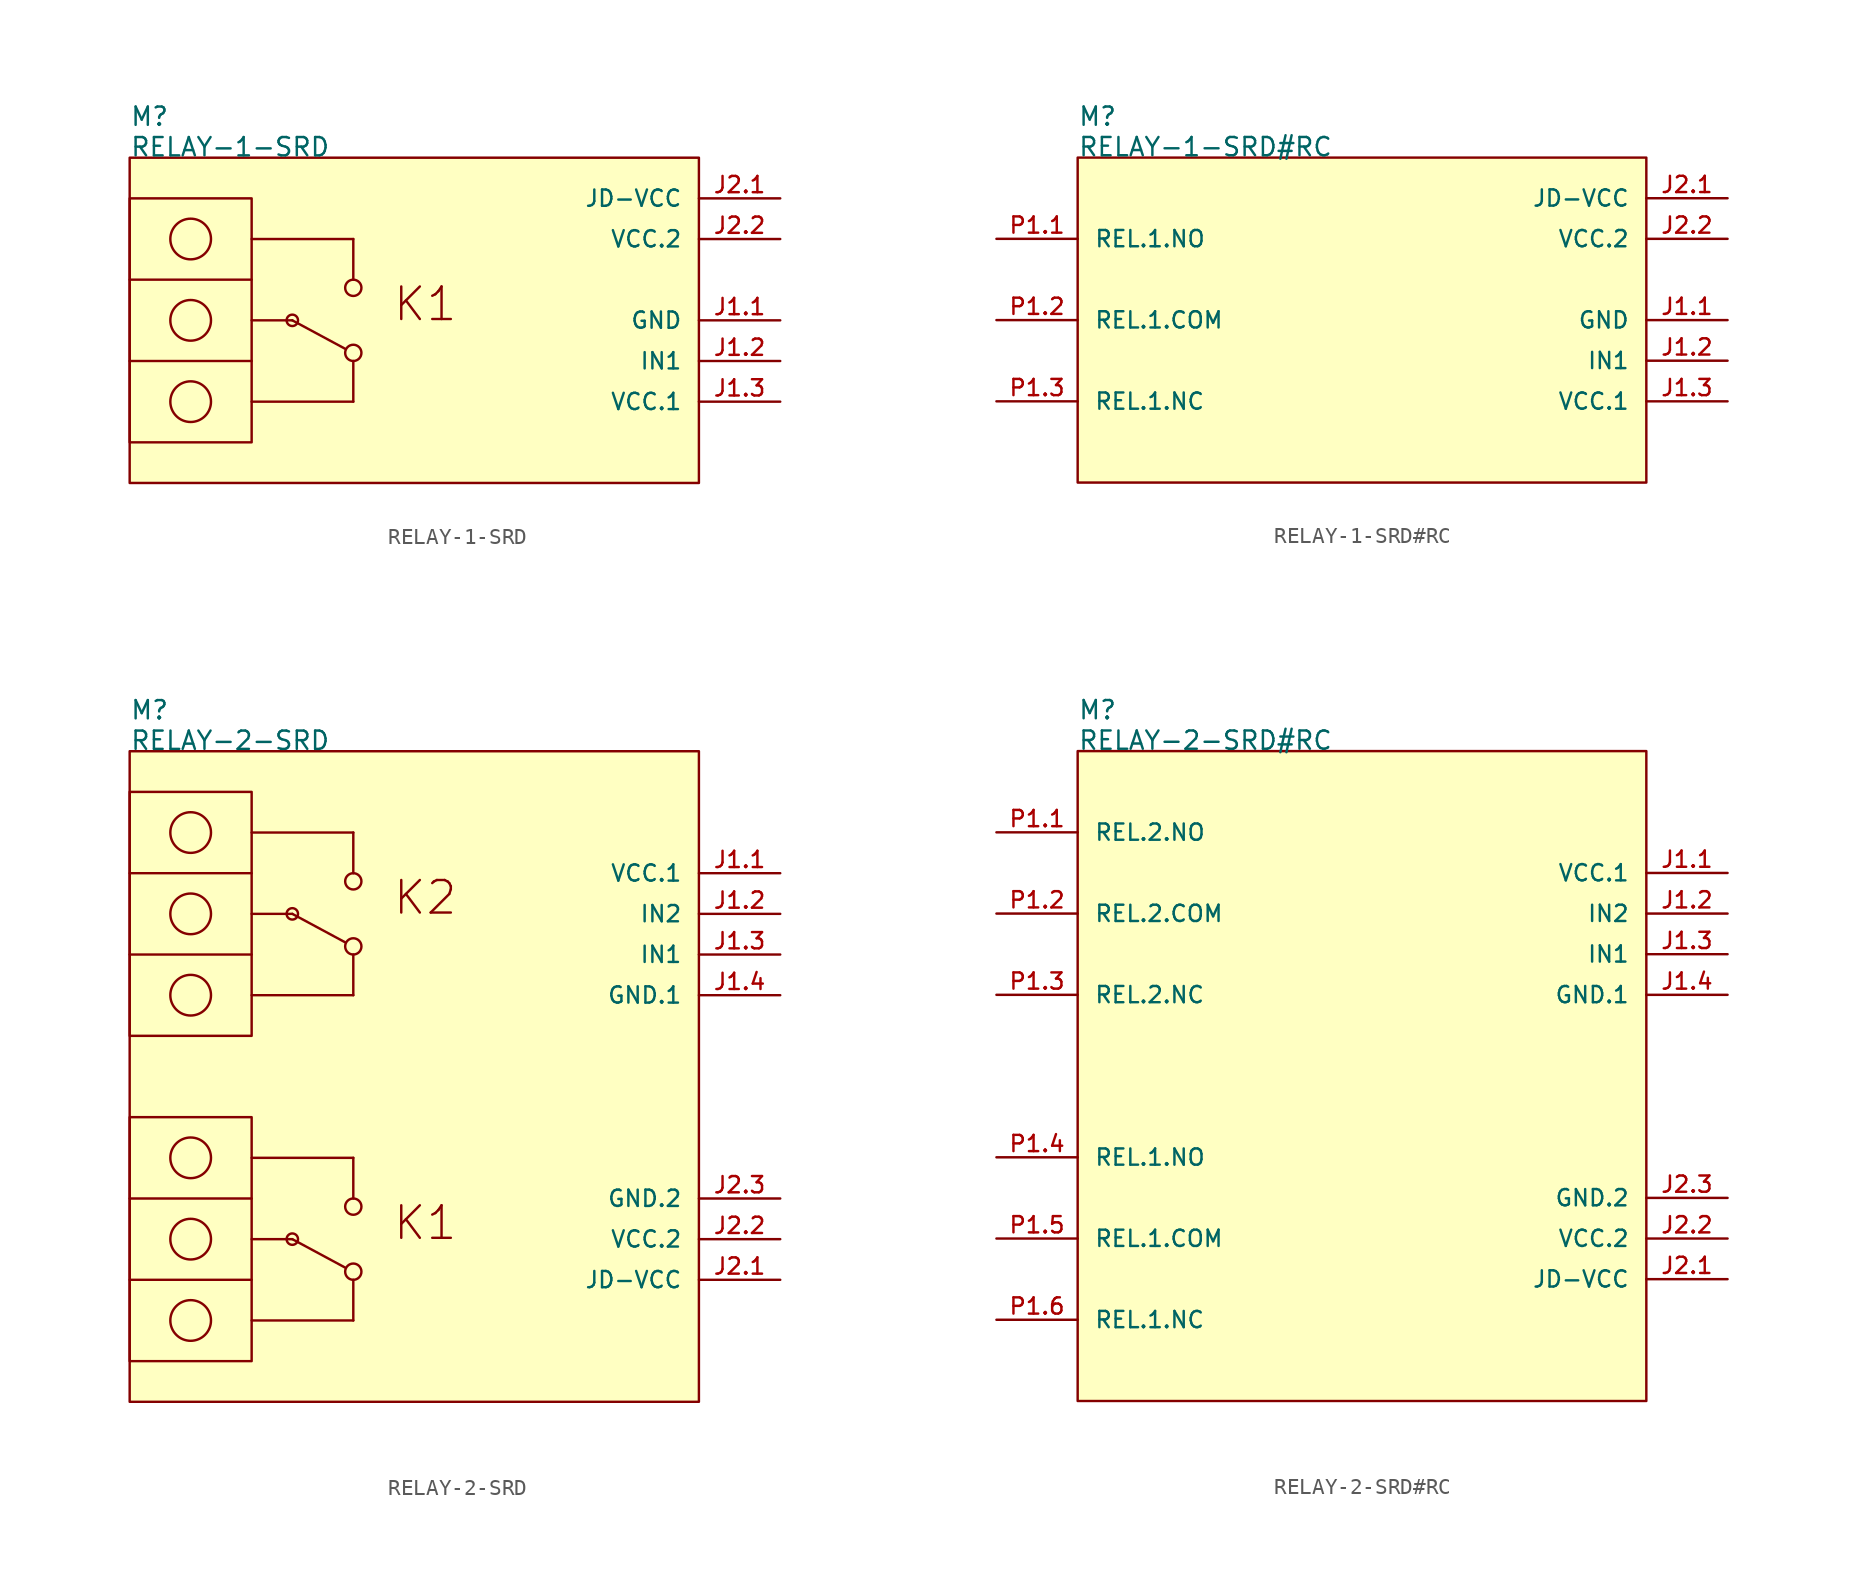
<source format=kicad_sym>
(kicad_symbol_lib
  (version 20231120)
  (generator "kicad_symbol_editor")
  (generator_version "8.0")
  (symbol "RELAY-1-SRD"
    (pin_names
      (offset 1.016))
    (property "Reference" "M"
      (at -17.78 12.065 0)
      (effects (font (size 1.143 1.143)) (justify left bottom)))
    (property "Value" "RELAY-1-SRD"
      (at -17.78 10.16 0)
      (effects (font (size 1.143 1.143)) (justify left bottom)))
    (property "ki_locked" ""
      (at 0 0 0)
      (effects (font (size 1.27 1.27))))
    (symbol "RELAY-1-SRD_1_0"
      (polyline (pts (xy -17.78 -2.54) (xy -10.16 -2.54)) (stroke (width 0) (type default)) (fill (type none)))
      (polyline (pts (xy -17.78 2.54) (xy -10.16 2.54)) (stroke (width 0) (type default)) (fill (type none)))
      (polyline (pts (xy -10.16 -5.08) (xy -3.81 -5.08)) (stroke (width 0) (type default)) (fill (type none)))
      (polyline (pts (xy -10.16 0) (xy -7.62 0)) (stroke (width 0) (type default)) (fill (type none)))
      (polyline (pts (xy -10.16 5.08) (xy -3.81 5.08)) (stroke (width 0) (type default)) (fill (type none)))
      (polyline (pts (xy -7.62 0) (xy -4.318 -1.778)) (stroke (width 0) (type default)) (fill (type none)))
      (polyline (pts (xy -3.81 -5.08) (xy -3.81 -2.54)) (stroke (width 0) (type default)) (fill (type none)))
      (polyline (pts (xy -3.81 5.08) (xy -3.81 2.54)) (stroke (width 0) (type default)) (fill (type none)))
      (text "K1" (at 0.686 1.016 0) (effects (font (size 2.032 2.032)))))
    (symbol "RELAY-1-SRD_1_1"
      (rectangle (start -17.78 7.62) (end -10.16 -7.62) (stroke (width 0) (type default)) (fill (type none)))
      (rectangle (start -17.78 10.16) (end 17.78 -10.16) (stroke (width 0) (type default)) (fill (type background)))
      (circle (center -13.97 -5.08) (radius 1.27) (stroke (width 0) (type default)) (fill (type none)))
      (circle (center -13.97 0) (radius 1.27) (stroke (width 0) (type default)) (fill (type none)))
      (circle (center -13.97 5.08) (radius 1.27) (stroke (width 0) (type default)) (fill (type none)))
      (circle (center -7.62 0) (radius 0.356) (stroke (width 0) (type default)) (fill (type none)))
      (circle (center -3.81 -2.032) (radius 0.508) (stroke (width 0) (type default)) (fill (type none)))
      (circle (center -3.81 2.032) (radius 0.508) (stroke (width 0) (type default)) (fill (type none)))
      (pin power_in line (at 22.86 0 180) (length 5.08) (name "GND" (effects (font (size 1.016 1.016)))) (number "J1.1" (effects (font (size 1.016 1.016)))))
      (pin bidirectional line (at 22.86 -2.54 180) (length 5.08) (name "IN1" (effects (font (size 1.016 1.016)))) (number "J1.2" (effects (font (size 1.016 1.016)))))
      (pin power_in line (at 22.86 -5.08 180) (length 5.08) (name "VCC.1" (effects (font (size 1.016 1.016)))) (number "J1.3" (effects (font (size 1.016 1.016)))))
      (pin bidirectional line (at 22.86 7.62 180) (length 5.08) (name "JD-VCC" (effects (font (size 1.016 1.016)))) (number "J2.1" (effects (font (size 1.016 1.016)))))
      (pin power_in line (at 22.86 5.08 180) (length 5.08) (name "VCC.2" (effects (font (size 1.016 1.016)))) (number "J2.2" (effects (font (size 1.016 1.016)))))))
  (symbol "RELAY-1-SRD#RC"
    (pin_names
      (offset 1.016))
    (property "Reference" "M"
      (at -17.78 12.065 0)
      (effects (font (size 1.143 1.143)) (justify left bottom)))
    (property "Value" "RELAY-1-SRD#RC"
      (at -17.78 10.16 0)
      (effects (font (size 1.143 1.143)) (justify left bottom)))
    (property "ki_locked" ""
      (at 0 0 0)
      (effects (font (size 1.27 1.27))))
    (symbol "RELAY-1-SRD#RC_1_1"
      (rectangle (start -17.78 -10.16) (end 17.78 10.16) (stroke (width 0) (type default)) (fill (type background)))
      (pin power_in line (at 22.86 0 180) (length 5.08) (name "GND" (effects (font (size 1.016 1.016)))) (number "J1.1" (effects (font (size 1.016 1.016)))))
      (pin bidirectional line (at 22.86 -2.54 180) (length 5.08) (name "IN1" (effects (font (size 1.016 1.016)))) (number "J1.2" (effects (font (size 1.016 1.016)))))
      (pin power_in line (at 22.86 -5.08 180) (length 5.08) (name "VCC.1" (effects (font (size 1.016 1.016)))) (number "J1.3" (effects (font (size 1.016 1.016)))))
      (pin bidirectional line (at 22.86 7.62 180) (length 5.08) (name "JD-VCC" (effects (font (size 1.016 1.016)))) (number "J2.1" (effects (font (size 1.016 1.016)))))
      (pin power_in line (at 22.86 5.08 180) (length 5.08) (name "VCC.2" (effects (font (size 1.016 1.016)))) (number "J2.2" (effects (font (size 1.016 1.016)))))
      (pin bidirectional line (at -22.86 5.08 0) (length 5.08) (name "REL.1.NO" (effects (font (size 1.016 1.016)))) (number "P1.1" (effects (font (size 1.016 1.016)))))
      (pin bidirectional line (at -22.86 0 0) (length 5.08) (name "REL.1.COM" (effects (font (size 1.016 1.016)))) (number "P1.2" (effects (font (size 1.016 1.016)))))
      (pin bidirectional line (at -22.86 -5.08 0) (length 5.08) (name "REL.1.NC" (effects (font (size 1.016 1.016)))) (number "P1.3" (effects (font (size 1.016 1.016)))))))
  (symbol "RELAY-2-SRD"
    (pin_names
      (offset 1.016))
    (property "Reference" "M"
      (at -17.78 22.225 0)
      (effects (font (size 1.143 1.143)) (justify left bottom)))
    (property "Value" "RELAY-2-SRD"
      (at -17.78 20.32 0)
      (effects (font (size 1.143 1.143)) (justify left bottom)))
    (property "ki_locked" ""
      (at 0 0 0)
      (effects (font (size 1.27 1.27))))
    (symbol "RELAY-2-SRD_1_0"
      (polyline (pts (xy -17.78 7.62) (xy -10.16 7.62)) (stroke (width 0) (type default)) (fill (type none)))
      (polyline (pts (xy -17.78 12.7) (xy -10.16 12.7)) (stroke (width 0) (type default)) (fill (type none)))
      (polyline (pts (xy -10.16 -15.24) (xy -3.81 -15.24)) (stroke (width 0) (type default)) (fill (type none)))
      (polyline (pts (xy -10.16 -12.7) (xy -17.78 -12.7)) (stroke (width 0) (type default)) (fill (type none)))
      (polyline (pts (xy -10.16 -10.16) (xy -7.62 -10.16)) (stroke (width 0) (type default)) (fill (type none)))
      (polyline (pts (xy -10.16 -7.62) (xy -17.78 -7.62)) (stroke (width 0) (type default)) (fill (type none)))
      (polyline (pts (xy -10.16 -5.08) (xy -3.81 -5.08)) (stroke (width 0) (type default)) (fill (type none)))
      (polyline (pts (xy -10.16 5.08) (xy -3.81 5.08)) (stroke (width 0) (type default)) (fill (type none)))
      (polyline (pts (xy -10.16 10.16) (xy -7.62 10.16)) (stroke (width 0) (type default)) (fill (type none)))
      (polyline (pts (xy -10.16 15.24) (xy -3.81 15.24)) (stroke (width 0) (type default)) (fill (type none)))
      (polyline (pts (xy -7.62 -10.16) (xy -4.318 -11.938)) (stroke (width 0) (type default)) (fill (type none)))
      (polyline (pts (xy -7.62 10.16) (xy -4.318 8.382)) (stroke (width 0) (type default)) (fill (type none)))
      (polyline (pts (xy -3.81 -15.24) (xy -3.81 -12.7)) (stroke (width 0) (type default)) (fill (type none)))
      (polyline (pts (xy -3.81 -5.08) (xy -3.81 -7.62)) (stroke (width 0) (type default)) (fill (type none)))
      (polyline (pts (xy -3.81 5.08) (xy -3.81 7.62)) (stroke (width 0) (type default)) (fill (type none)))
      (polyline (pts (xy -3.81 15.24) (xy -3.81 12.7)) (stroke (width 0) (type default)) (fill (type none)))
      (text "K1" (at 0.686 -9.144 0) (effects (font (size 2.032 2.032))))
      (text "K2" (at 0.686 11.176 0) (effects (font (size 2.032 2.032)))))
    (symbol "RELAY-2-SRD_1_1"
      (rectangle (start -17.78 -2.54) (end -10.16 -17.78) (stroke (width 0) (type default)) (fill (type none)))
      (rectangle (start -17.78 17.78) (end -10.16 2.54) (stroke (width 0) (type default)) (fill (type none)))
      (rectangle (start -17.78 20.32) (end 17.78 -20.32) (stroke (width 0) (type default)) (fill (type background)))
      (circle (center -13.97 -15.24) (radius 1.27) (stroke (width 0) (type default)) (fill (type none)))
      (circle (center -13.97 -10.16) (radius 1.27) (stroke (width 0) (type default)) (fill (type none)))
      (circle (center -13.97 -5.08) (radius 1.27) (stroke (width 0) (type default)) (fill (type none)))
      (circle (center -13.97 5.08) (radius 1.27) (stroke (width 0) (type default)) (fill (type none)))
      (circle (center -13.97 10.16) (radius 1.27) (stroke (width 0) (type default)) (fill (type none)))
      (circle (center -13.97 15.24) (radius 1.27) (stroke (width 0) (type default)) (fill (type none)))
      (circle (center -7.62 -10.16) (radius 0.356) (stroke (width 0) (type default)) (fill (type none)))
      (circle (center -7.62 10.16) (radius 0.356) (stroke (width 0) (type default)) (fill (type none)))
      (circle (center -3.81 -12.192) (radius 0.508) (stroke (width 0) (type default)) (fill (type none)))
      (circle (center -3.81 -8.128) (radius 0.508) (stroke (width 0) (type default)) (fill (type none)))
      (circle (center -3.81 8.128) (radius 0.508) (stroke (width 0) (type default)) (fill (type none)))
      (circle (center -3.81 12.192) (radius 0.508) (stroke (width 0) (type default)) (fill (type none)))
      (pin power_in line (at 22.86 12.7 180) (length 5.08) (name "VCC.1" (effects (font (size 1.016 1.016)))) (number "J1.1" (effects (font (size 1.016 1.016)))))
      (pin bidirectional line (at 22.86 10.16 180) (length 5.08) (name "IN2" (effects (font (size 1.016 1.016)))) (number "J1.2" (effects (font (size 1.016 1.016)))))
      (pin bidirectional line (at 22.86 7.62 180) (length 5.08) (name "IN1" (effects (font (size 1.016 1.016)))) (number "J1.3" (effects (font (size 1.016 1.016)))))
      (pin power_in line (at 22.86 5.08 180) (length 5.08) (name "GND.1" (effects (font (size 1.016 1.016)))) (number "J1.4" (effects (font (size 1.016 1.016)))))
      (pin bidirectional line (at 22.86 -12.7 180) (length 5.08) (name "JD-VCC" (effects (font (size 1.016 1.016)))) (number "J2.1" (effects (font (size 1.016 1.016)))))
      (pin power_in line (at 22.86 -10.16 180) (length 5.08) (name "VCC.2" (effects (font (size 1.016 1.016)))) (number "J2.2" (effects (font (size 1.016 1.016)))))
      (pin power_in line (at 22.86 -7.62 180) (length 5.08) (name "GND.2" (effects (font (size 1.016 1.016)))) (number "J2.3" (effects (font (size 1.016 1.016)))))))
  (symbol "RELAY-2-SRD#RC"
    (pin_names
      (offset 1.016))
    (property "Reference" "M"
      (at -17.78 22.225 0)
      (effects (font (size 1.143 1.143)) (justify left bottom)))
    (property "Value" "RELAY-2-SRD#RC"
      (at -17.78 20.32 0)
      (effects (font (size 1.143 1.143)) (justify left bottom)))
    (property "ki_locked" ""
      (at 0 0 0)
      (effects (font (size 1.27 1.27))))
    (symbol "RELAY-2-SRD#RC_1_1"
      (rectangle (start -17.78 -20.32) (end 17.78 20.32) (stroke (width 0) (type default)) (fill (type background)))
      (pin power_in line (at 22.86 12.7 180) (length 5.08) (name "VCC.1" (effects (font (size 1.016 1.016)))) (number "J1.1" (effects (font (size 1.016 1.016)))))
      (pin bidirectional line (at 22.86 10.16 180) (length 5.08) (name "IN2" (effects (font (size 1.016 1.016)))) (number "J1.2" (effects (font (size 1.016 1.016)))))
      (pin bidirectional line (at 22.86 7.62 180) (length 5.08) (name "IN1" (effects (font (size 1.016 1.016)))) (number "J1.3" (effects (font (size 1.016 1.016)))))
      (pin power_in line (at 22.86 5.08 180) (length 5.08) (name "GND.1" (effects (font (size 1.016 1.016)))) (number "J1.4" (effects (font (size 1.016 1.016)))))
      (pin bidirectional line (at 22.86 -12.7 180) (length 5.08) (name "JD-VCC" (effects (font (size 1.016 1.016)))) (number "J2.1" (effects (font (size 1.016 1.016)))))
      (pin power_in line (at 22.86 -10.16 180) (length 5.08) (name "VCC.2" (effects (font (size 1.016 1.016)))) (number "J2.2" (effects (font (size 1.016 1.016)))))
      (pin power_in line (at 22.86 -7.62 180) (length 5.08) (name "GND.2" (effects (font (size 1.016 1.016)))) (number "J2.3" (effects (font (size 1.016 1.016)))))
      (pin bidirectional line (at -22.86 15.24 0) (length 5.08) (name "REL.2.NO" (effects (font (size 1.016 1.016)))) (number "P1.1" (effects (font (size 1.016 1.016)))))
      (pin bidirectional line (at -22.86 10.16 0) (length 5.08) (name "REL.2.COM" (effects (font (size 1.016 1.016)))) (number "P1.2" (effects (font (size 1.016 1.016)))))
      (pin bidirectional line (at -22.86 5.08 0) (length 5.08) (name "REL.2.NC" (effects (font (size 1.016 1.016)))) (number "P1.3" (effects (font (size 1.016 1.016)))))
      (pin bidirectional line (at -22.86 -5.08 0) (length 5.08) (name "REL.1.NO" (effects (font (size 1.016 1.016)))) (number "P1.4" (effects (font (size 1.016 1.016)))))
      (pin bidirectional line (at -22.86 -10.16 0) (length 5.08) (name "REL.1.COM" (effects (font (size 1.016 1.016)))) (number "P1.5" (effects (font (size 1.016 1.016)))))
      (pin bidirectional line (at -22.86 -15.24 0) (length 5.08) (name "REL.1.NC" (effects (font (size 1.016 1.016)))) (number "P1.6" (effects (font (size 1.016 1.016))))))))
</source>
